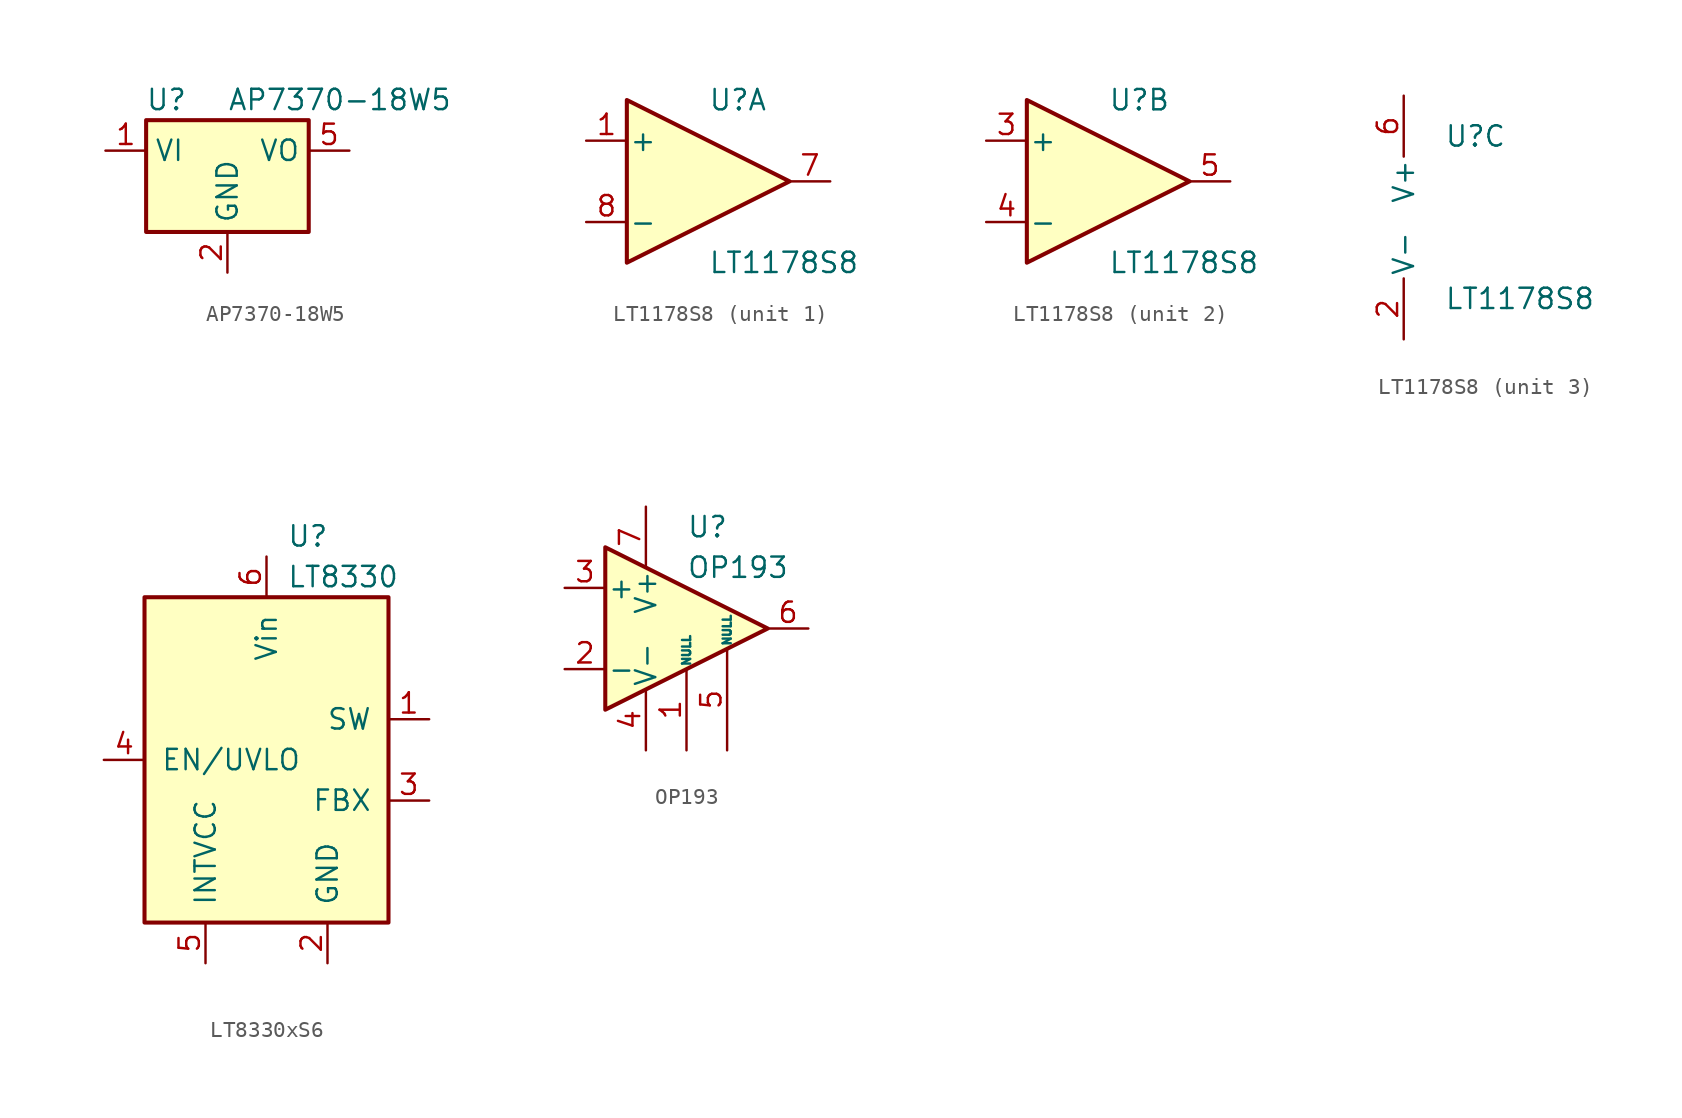
<source format=kicad_sym>
(kicad_symbol_lib
  (version 20220914)
  (generator kicad_symbol_editor)
  (symbol "AP7370-18W5"
    (property "Reference" "U"
      (at -3.81 3.175 0)
      (effects (font (size 1.27 1.27))))
    (property "Value" "AP7370-18W5"
      (at 0 3.175 0)
      (effects (font (size 1.27 1.27)) (justify left)))
    (symbol "AP7370-18W5_0_1"
      (rectangle (start -5.08 1.905) (end 5.08 -5.08) (stroke (width 0.254) (type default)) (fill (type background))))
    (symbol "AP7370-18W5_1_1"
      (pin power_in line (at -7.62 0 0) (length 2.54) (name "VI" (effects (font (size 1.27 1.27)))) (number "1" (effects (font (size 1.27 1.27)))))
      (pin power_in line (at 0 -7.62 90) (length 2.54) (name "GND" (effects (font (size 1.27 1.27)))) (number "2" (effects (font (size 1.27 1.27)))))
      (pin no_connect line (at -5.08 -2.54 0) (length 2.54) hide (name "NC" (effects (font (size 1.27 1.27)))) (number "3" (effects (font (size 1.27 1.27)))))
      (pin no_connect line (at 5.08 -2.54 180) (length 2.54) hide (name "NC" (effects (font (size 1.27 1.27)))) (number "4" (effects (font (size 1.27 1.27)))))
      (pin power_out line (at 7.62 0 180) (length 2.54) (name "VO" (effects (font (size 1.27 1.27)))) (number "5" (effects (font (size 1.27 1.27)))))))
  (symbol "LT1178S8"
    (pin_names
      (offset 0.127))
    (property "Reference" "U"
      (at 0 5.08 0)
      (effects (font (size 1.27 1.27)) (justify left)))
    (property "Value" "LT1178S8"
      (at 0 -5.08 0)
      (effects (font (size 1.27 1.27)) (justify left)))
    (property "ki_locked" ""
      (at 0 0 0)
      (effects (font (size 1.27 1.27))))
    (symbol "LT1178S8_1_1"
      (polyline (pts (xy -5.08 5.08) (xy 5.08 0) (xy -5.08 -5.08) (xy -5.08 5.08)) (stroke (width 0.254) (type default)) (fill (type background)))
      (pin input line (at -7.62 2.54 0) (length 2.54) (name "+" (effects (font (size 1.27 1.27)))) (number "1" (effects (font (size 1.27 1.27)))))
      (pin output line (at 7.62 0 180) (length 2.54) (name "~" (effects (font (size 1.27 1.27)))) (number "7" (effects (font (size 1.27 1.27)))))
      (pin input line (at -7.62 -2.54 0) (length 2.54) (name "-" (effects (font (size 1.27 1.27)))) (number "8" (effects (font (size 1.27 1.27))))))
    (symbol "LT1178S8_2_1"
      (polyline (pts (xy -5.08 5.08) (xy 5.08 0) (xy -5.08 -5.08) (xy -5.08 5.08)) (stroke (width 0.254) (type default)) (fill (type background)))
      (pin input line (at -7.62 2.54 0) (length 2.54) (name "+" (effects (font (size 1.27 1.27)))) (number "3" (effects (font (size 1.27 1.27)))))
      (pin input line (at -7.62 -2.54 0) (length 2.54) (name "-" (effects (font (size 1.27 1.27)))) (number "4" (effects (font (size 1.27 1.27)))))
      (pin output line (at 7.62 0 180) (length 2.54) (name "~" (effects (font (size 1.27 1.27)))) (number "5" (effects (font (size 1.27 1.27))))))
    (symbol "LT1178S8_3_1"
      (pin power_in line (at -2.54 -7.62 90) (length 3.81) (name "V-" (effects (font (size 1.27 1.27)))) (number "2" (effects (font (size 1.27 1.27)))))
      (pin power_in line (at -2.54 7.62 270) (length 3.81) (name "V+" (effects (font (size 1.27 1.27)))) (number "6" (effects (font (size 1.27 1.27)))))))
  (symbol "LT8330xS6"
    (pin_names
      (offset 1.016))
    (property "Reference" "U"
      (at 1.27 13.97 0)
      (effects (font (size 1.27 1.27)) (justify left)))
    (property "Value" "LT8330"
      (at 1.27 11.43 0)
      (effects (font (size 1.27 1.27)) (justify left)))
    (symbol "LT8330xS6_0_1"
      (rectangle (start -7.62 10.16) (end 7.62 -10.16) (stroke (width 0.254) (type default)) (fill (type background))))
    (symbol "LT8330xS6_1_1"
      (pin input line (at 10.16 2.54 180) (length 2.54) (name "SW" (effects (font (size 1.27 1.27)))) (number "1" (effects (font (size 1.27 1.27)))))
      (pin power_in line (at 3.81 -12.7 90) (length 2.54) (name "GND" (effects (font (size 1.27 1.27)))) (number "2" (effects (font (size 1.27 1.27)))))
      (pin input line (at 10.16 -2.54 180) (length 2.54) (name "FBX" (effects (font (size 1.27 1.27)))) (number "3" (effects (font (size 1.27 1.27)))))
      (pin input line (at -10.16 0 0) (length 2.54) (name "EN/UVLO" (effects (font (size 1.27 1.27)))) (number "4" (effects (font (size 1.27 1.27)))))
      (pin output line (at -3.81 -12.7 90) (length 2.54) (name "INTVCC" (effects (font (size 1.27 1.27)))) (number "5" (effects (font (size 1.27 1.27)))))
      (pin power_in line (at 0 12.7 270) (length 2.54) (name "Vin" (effects (font (size 1.27 1.27)))) (number "6" (effects (font (size 1.27 1.27)))))))
  (symbol "OP193"
    (pin_names
      (offset 0.127))
    (property "Reference" "U"
      (at 0 6.35 0)
      (effects (font (size 1.27 1.27)) (justify left)))
    (property "Value" "OP193"
      (at 0 3.81 0)
      (effects (font (size 1.27 1.27)) (justify left)))
    (symbol "OP193_1_1"
      (polyline (pts (xy -5.08 5.08) (xy 5.08 0) (xy -5.08 -5.08) (xy -5.08 5.08)) (stroke (width 0.254) (type default)) (fill (type background)))
      (pin input line (at 0 -7.62 90) (length 5.08) (name "NULL" (effects (font (size 0.508 0.508)))) (number "1" (effects (font (size 1.27 1.27)))))
      (pin input line (at -7.62 -2.54 0) (length 2.54) (name "-" (effects (font (size 1.27 1.27)))) (number "2" (effects (font (size 1.27 1.27)))))
      (pin input line (at -7.62 2.54 0) (length 2.54) (name "+" (effects (font (size 1.27 1.27)))) (number "3" (effects (font (size 1.27 1.27)))))
      (pin power_in line (at -2.54 -7.62 90) (length 3.81) (name "V-" (effects (font (size 1.27 1.27)))) (number "4" (effects (font (size 1.27 1.27)))))
      (pin input line (at 2.54 -7.62 90) (length 6.35) (name "NULL" (effects (font (size 0.508 0.508)))) (number "5" (effects (font (size 1.27 1.27)))))
      (pin output line (at 7.62 0 180) (length 2.54) (name "~" (effects (font (size 1.27 1.27)))) (number "6" (effects (font (size 1.27 1.27)))))
      (pin power_in line (at -2.54 7.62 270) (length 3.81) (name "V+" (effects (font (size 1.27 1.27)))) (number "7" (effects (font (size 1.27 1.27)))))
      (pin no_connect line (at -2.54 0 180) (length 2.54) hide (name "NC" (effects (font (size 1.27 1.27)))) (number "8" (effects (font (size 1.27 1.27))))))))
</source>
